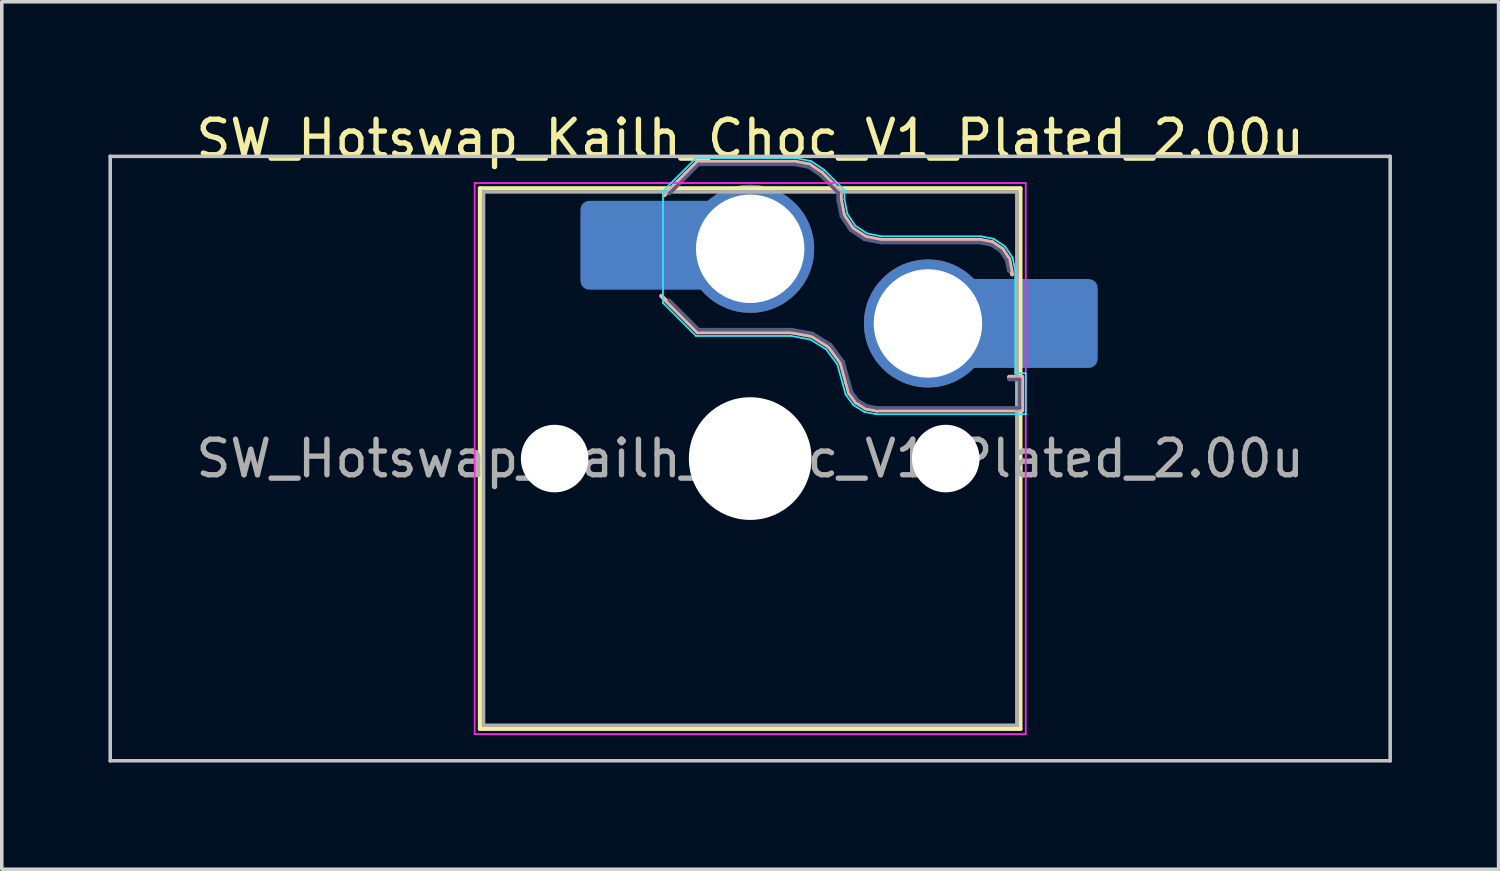
<source format=kicad_pcb>
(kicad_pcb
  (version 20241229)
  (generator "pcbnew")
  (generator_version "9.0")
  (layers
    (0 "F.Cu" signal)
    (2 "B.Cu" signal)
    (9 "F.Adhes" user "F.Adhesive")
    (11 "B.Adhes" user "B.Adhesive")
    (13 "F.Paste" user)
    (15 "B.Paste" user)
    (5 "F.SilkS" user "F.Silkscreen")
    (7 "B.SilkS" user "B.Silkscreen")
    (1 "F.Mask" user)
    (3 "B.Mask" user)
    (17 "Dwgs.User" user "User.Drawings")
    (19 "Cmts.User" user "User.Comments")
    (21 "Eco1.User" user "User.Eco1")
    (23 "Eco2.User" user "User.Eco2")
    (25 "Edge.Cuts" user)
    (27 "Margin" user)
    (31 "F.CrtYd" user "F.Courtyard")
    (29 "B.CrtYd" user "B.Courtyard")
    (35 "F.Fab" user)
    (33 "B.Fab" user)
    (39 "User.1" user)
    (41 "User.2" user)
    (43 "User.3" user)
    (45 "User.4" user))
  (footprint "SW_Hotswap_Kailh_Choc_V1_Plated_2.00u"
    (layer "F.Cu")
    (at 18.05 9.848)
    (property "Reference" "SW_Hotswap_Kailh_Choc_V1_Plated_2.00u" (at 0 -9 0) (layer "F.SilkS") (effects (font (size 1 1) (thickness 0.15))))
    (attr smd)
    (fp_line (start -7.6 -7.6) (end -7.6 7.6) (stroke (width 0.12) (type solid)) (layer "F.SilkS"))
    (fp_line (start -7.6 7.6) (end 7.6 7.6) (stroke (width 0.12) (type solid)) (layer "F.SilkS"))
    (fp_line (start 7.6 -7.6) (end -7.6 -7.6) (stroke (width 0.12) (type solid)) (layer "F.SilkS"))
    (fp_line (start 7.6 7.6) (end 7.6 -7.6) (stroke (width 0.12) (type solid)) (layer "F.SilkS"))
    (fp_line (start -2.416 -7.409) (end -1.479 -8.346) (stroke (width 0.12) (type solid)) (layer "B.SilkS"))
    (fp_line (start -1.479 -8.346) (end 1.268 -8.346) (stroke (width 0.12) (type solid)) (layer "B.SilkS"))
    (fp_line (start -1.479 -3.554) (end -2.5 -4.575) (stroke (width 0.12) (type solid)) (layer "B.SilkS"))
    (fp_line (start 1.168 -3.554) (end -1.479 -3.554) (stroke (width 0.12) (type solid)) (layer "B.SilkS"))
    (fp_line (start 1.268 -8.346) (end 1.671 -8.266) (stroke (width 0.12) (type solid)) (layer "B.SilkS"))
    (fp_line (start 1.671 -8.266) (end 2.013 -8.037) (stroke (width 0.12) (type solid)) (layer "B.SilkS"))
    (fp_line (start 1.73 -3.449) (end 1.168 -3.554) (stroke (width 0.12) (type solid)) (layer "B.SilkS"))
    (fp_line (start 2.013 -8.037) (end 2.546 -7.504) (stroke (width 0.12) (type solid)) (layer "B.SilkS"))
    (fp_line (start 2.209 -3.15) (end 1.73 -3.449) (stroke (width 0.12) (type solid)) (layer "B.SilkS"))
    (fp_line (start 2.546 -7.504) (end 2.546 -7.282) (stroke (width 0.12) (type solid)) (layer "B.SilkS"))
    (fp_line (start 2.546 -7.282) (end 2.633 -6.844) (stroke (width 0.12) (type solid)) (layer "B.SilkS"))
    (fp_line (start 2.547 -2.697) (end 2.209 -3.15) (stroke (width 0.12) (type solid)) (layer "B.SilkS"))
    (fp_line (start 2.633 -6.844) (end 2.877 -6.477) (stroke (width 0.12) (type solid)) (layer "B.SilkS"))
    (fp_line (start 2.701 -2.139) (end 2.547 -2.697) (stroke (width 0.12) (type solid)) (layer "B.SilkS"))
    (fp_line (start 2.783 -1.841) (end 2.701 -2.139) (stroke (width 0.12) (type solid)) (layer "B.SilkS"))
    (fp_line (start 2.877 -6.477) (end 3.244 -6.233) (stroke (width 0.12) (type solid)) (layer "B.SilkS"))
    (fp_line (start 2.976 -1.583) (end 2.783 -1.841) (stroke (width 0.12) (type solid)) (layer "B.SilkS"))
    (fp_line (start 3.244 -6.233) (end 3.682 -6.146) (stroke (width 0.12) (type solid)) (layer "B.SilkS"))
    (fp_line (start 3.25 -1.413) (end 2.976 -1.583) (stroke (width 0.12) (type solid)) (layer "B.SilkS"))
    (fp_line (start 3.56 -1.354) (end 3.25 -1.413) (stroke (width 0.12) (type solid)) (layer "B.SilkS"))
    (fp_line (start 3.682 -6.146) (end 6.482 -6.146) (stroke (width 0.12) (type solid)) (layer "B.SilkS"))
    (fp_line (start 6.482 -6.146) (end 6.809 -6.081) (stroke (width 0.12) (type solid)) (layer "B.SilkS"))
    (fp_line (start 6.809 -6.081) (end 7.092 -5.892) (stroke (width 0.12) (type solid)) (layer "B.SilkS"))
    (fp_line (start 7.092 -5.892) (end 7.281 -5.609) (stroke (width 0.12) (type solid)) (layer "B.SilkS"))
    (fp_line (start 7.281 -5.609) (end 7.366 -5.182) (stroke (width 0.12) (type solid)) (layer "B.SilkS"))
    (fp_line (start 7.283 -2.296) (end 7.646 -2.296) (stroke (width 0.12) (type solid)) (layer "B.SilkS"))
    (fp_line (start 7.646 -2.296) (end 7.646 -1.354) (stroke (width 0.12) (type solid)) (layer "B.SilkS"))
    (fp_line (start 7.646 -1.354) (end 3.56 -1.354) (stroke (width 0.12) (type solid)) (layer "B.SilkS"))
    (fp_line (start -18 -8.5) (end -18 8.5) (stroke (width 0.1) (type solid)) (layer "Dwgs.User"))
    (fp_line (start -18 8.5) (end 18 8.5) (stroke (width 0.1) (type solid)) (layer "Dwgs.User"))
    (fp_line (start 18 -8.5) (end -18 -8.5) (stroke (width 0.1) (type solid)) (layer "Dwgs.User"))
    (fp_line (start 18 8.5) (end 18 -8.5) (stroke (width 0.1) (type solid)) (layer "Dwgs.User"))
    (fp_line (start -7.25 -7.25) (end -7.25 7.25) (stroke (width 0.1) (type solid)) (layer "Eco1.User"))
    (fp_line (start -7.25 7.25) (end 7.25 7.25) (stroke (width 0.1) (type solid)) (layer "Eco1.User"))
    (fp_line (start 7.25 -7.25) (end -7.25 -7.25) (stroke (width 0.1) (type solid)) (layer "Eco1.User"))
    (fp_line (start 7.25 7.25) (end 7.25 -7.25) (stroke (width 0.1) (type solid)) (layer "Eco1.User"))
    (fp_line (start -2.452 -7.523) (end -1.523 -8.452) (stroke (width 0.05) (type solid)) (layer "B.CrtYd"))
    (fp_line (start -2.452 -4.377) (end -2.452 -7.523) (stroke (width 0.05) (type solid)) (layer "B.CrtYd"))
    (fp_line (start -1.523 -8.452) (end 1.278 -8.452) (stroke (width 0.05) (type solid)) (layer "B.CrtYd"))
    (fp_line (start -1.523 -3.448) (end -2.452 -4.377) (stroke (width 0.05) (type solid)) (layer "B.CrtYd"))
    (fp_line (start 1.159 -3.448) (end -1.523 -3.448) (stroke (width 0.05) (type solid)) (layer "B.CrtYd"))
    (fp_line (start 1.278 -8.452) (end 1.712 -8.366) (stroke (width 0.05) (type solid)) (layer "B.CrtYd"))
    (fp_line (start 1.691 -3.348) (end 1.159 -3.448) (stroke (width 0.05) (type solid)) (layer "B.CrtYd"))
    (fp_line (start 1.712 -8.366) (end 2.081 -8.119) (stroke (width 0.05) (type solid)) (layer "B.CrtYd"))
    (fp_line (start 2.081 -8.119) (end 2.652 -7.548) (stroke (width 0.05) (type solid)) (layer "B.CrtYd"))
    (fp_line (start 2.136 -3.071) (end 1.691 -3.348) (stroke (width 0.05) (type solid)) (layer "B.CrtYd"))
    (fp_line (start 2.45 -2.65) (end 2.136 -3.071) (stroke (width 0.05) (type solid)) (layer "B.CrtYd"))
    (fp_line (start 2.599 -2.111) (end 2.45 -2.65) (stroke (width 0.05) (type solid)) (layer "B.CrtYd"))
    (fp_line (start 2.652 -7.548) (end 2.652 -7.292) (stroke (width 0.05) (type solid)) (layer "B.CrtYd"))
    (fp_line (start 2.652 -7.292) (end 2.733 -6.885) (stroke (width 0.05) (type solid)) (layer "B.CrtYd"))
    (fp_line (start 2.687 -1.794) (end 2.599 -2.111) (stroke (width 0.05) (type solid)) (layer "B.CrtYd"))
    (fp_line (start 2.733 -6.885) (end 2.953 -6.553) (stroke (width 0.05) (type solid)) (layer "B.CrtYd"))
    (fp_line (start 2.903 -1.503) (end 2.687 -1.794) (stroke (width 0.05) (type solid)) (layer "B.CrtYd"))
    (fp_line (start 2.953 -6.553) (end 3.285 -6.333) (stroke (width 0.05) (type solid)) (layer "B.CrtYd"))
    (fp_line (start 3.211 -1.312) (end 2.903 -1.503) (stroke (width 0.05) (type solid)) (layer "B.CrtYd"))
    (fp_line (start 3.285 -6.333) (end 3.692 -6.252) (stroke (width 0.05) (type solid)) (layer "B.CrtYd"))
    (fp_line (start 3.55 -1.248) (end 3.211 -1.312) (stroke (width 0.05) (type solid)) (layer "B.CrtYd"))
    (fp_line (start 3.692 -6.252) (end 6.492 -6.252) (stroke (width 0.05) (type solid)) (layer "B.CrtYd"))
    (fp_line (start 6.492 -6.252) (end 6.85 -6.181) (stroke (width 0.05) (type solid)) (layer "B.CrtYd"))
    (fp_line (start 6.85 -6.181) (end 7.168 -5.968) (stroke (width 0.05) (type solid)) (layer "B.CrtYd"))
    (fp_line (start 7.168 -5.968) (end 7.381 -5.65) (stroke (width 0.05) (type solid)) (layer "B.CrtYd"))
    (fp_line (start 7.381 -5.65) (end 7.452 -5.292) (stroke (width 0.05) (type solid)) (layer "B.CrtYd"))
    (fp_line (start 7.452 -5.292) (end 7.452 -2.402) (stroke (width 0.05) (type solid)) (layer "B.CrtYd"))
    (fp_line (start 7.452 -2.402) (end 7.752 -2.402) (stroke (width 0.05) (type solid)) (layer "B.CrtYd"))
    (fp_line (start 7.752 -2.402) (end 7.752 -1.248) (stroke (width 0.05) (type solid)) (layer "B.CrtYd"))
    (fp_line (start 7.752 -1.248) (end 3.55 -1.248) (stroke (width 0.05) (type solid)) (layer "B.CrtYd"))
    (fp_line (start -7.75 -7.75) (end -7.75 7.75) (stroke (width 0.05) (type solid)) (layer "F.CrtYd"))
    (fp_line (start -7.75 7.75) (end 7.75 7.75) (stroke (width 0.05) (type solid)) (layer "F.CrtYd"))
    (fp_line (start 7.75 -7.75) (end -7.75 -7.75) (stroke (width 0.05) (type solid)) (layer "F.CrtYd"))
    (fp_line (start 7.75 7.75) (end 7.75 -7.75) (stroke (width 0.05) (type solid)) (layer "F.CrtYd"))
    (fp_line (start -2.275 -7.45) (end -1.45 -8.275) (stroke (width 0.1) (type solid)) (layer "B.Fab"))
    (fp_line (start -1.45 -8.275) (end 1.261 -8.275) (stroke (width 0.1) (type solid)) (layer "B.Fab"))
    (fp_line (start -1.45 -3.625) (end -2.275 -4.45) (stroke (width 0.1) (type solid)) (layer "B.Fab"))
    (fp_line (start 1.175 -3.625) (end -1.45 -3.625) (stroke (width 0.1) (type solid)) (layer "B.Fab"))
    (fp_line (start 1.261 -8.275) (end 1.643 -8.199) (stroke (width 0.1) (type solid)) (layer "B.Fab"))
    (fp_line (start 1.643 -8.199) (end 1.968 -7.982) (stroke (width 0.1) (type solid)) (layer "B.Fab"))
    (fp_line (start 1.756 -3.516) (end 1.175 -3.625) (stroke (width 0.1) (type solid)) (layer "B.Fab"))
    (fp_line (start 1.968 -7.982) (end 2.475 -7.475) (stroke (width 0.1) (type solid)) (layer "B.Fab"))
    (fp_line (start 2.258 -3.203) (end 1.756 -3.516) (stroke (width 0.1) (type solid)) (layer "B.Fab"))
    (fp_line (start 2.475 -7.475) (end 2.475 -7.275) (stroke (width 0.1) (type solid)) (layer "B.Fab"))
    (fp_line (start 2.475 -7.275) (end 2.566 -6.816) (stroke (width 0.1) (type solid)) (layer "B.Fab"))
    (fp_line (start 2.566 -6.816) (end 2.826 -6.426) (stroke (width 0.1) (type solid)) (layer "B.Fab"))
    (fp_line (start 2.612 -2.729) (end 2.258 -3.203) (stroke (width 0.1) (type solid)) (layer "B.Fab"))
    (fp_line (start 2.769 -2.158) (end 2.612 -2.729) (stroke (width 0.1) (type solid)) (layer "B.Fab"))
    (fp_line (start 2.826 -6.426) (end 3.216 -6.166) (stroke (width 0.1) (type solid)) (layer "B.Fab"))
    (fp_line (start 2.848 -1.873) (end 2.769 -2.158) (stroke (width 0.1) (type solid)) (layer "B.Fab"))
    (fp_line (start 3.025 -1.636) (end 2.848 -1.873) (stroke (width 0.1) (type solid)) (layer "B.Fab"))
    (fp_line (start 3.216 -6.166) (end 3.675 -6.075) (stroke (width 0.1) (type solid)) (layer "B.Fab"))
    (fp_line (start 3.276 -1.48) (end 3.025 -1.636) (stroke (width 0.1) (type solid)) (layer "B.Fab"))
    (fp_line (start 3.567 -1.425) (end 3.276 -1.48) (stroke (width 0.1) (type solid)) (layer "B.Fab"))
    (fp_line (start 3.675 -6.075) (end 6.475 -6.075) (stroke (width 0.1) (type solid)) (layer "B.Fab"))
    (fp_line (start 6.475 -6.075) (end 6.781 -6.014) (stroke (width 0.1) (type solid)) (layer "B.Fab"))
    (fp_line (start 6.781 -6.014) (end 7.041 -5.841) (stroke (width 0.1) (type solid)) (layer "B.Fab"))
    (fp_line (start 7.041 -5.841) (end 7.214 -5.581) (stroke (width 0.1) (type solid)) (layer "B.Fab"))
    (fp_line (start 7.214 -5.581) (end 7.275 -5.275) (stroke (width 0.1) (type solid)) (layer "B.Fab"))
    (fp_line (start 7.275 -2.225) (end 7.575 -2.225) (stroke (width 0.1) (type solid)) (layer "B.Fab"))
    (fp_line (start 7.575 -2.225) (end 7.575 -1.425) (stroke (width 0.1) (type solid)) (layer "B.Fab"))
    (fp_line (start 7.575 -1.425) (end 3.567 -1.425) (stroke (width 0.1) (type solid)) (layer "B.Fab"))
    (fp_line (start -7.5 -7.5) (end -7.5 7.5) (stroke (width 0.1) (type solid)) (layer "F.Fab"))
    (fp_line (start -7.5 7.5) (end 7.5 7.5) (stroke (width 0.1) (type solid)) (layer "F.Fab"))
    (fp_line (start 7.5 -7.5) (end -7.5 -7.5) (stroke (width 0.1) (type solid)) (layer "F.Fab"))
    (fp_line (start 7.5 7.5) (end 7.5 -7.5) (stroke (width 0.1) (type solid)) (layer "F.Fab"))
    (fp_text user "${REFERENCE}" (at 0 0 0) (layer "F.Fab") (effects (font (size 1 1) (thickness 0.15))))
    (pad "" np_thru_hole circle (at -5.5 0) (size 1.9 1.9) (drill 1.9) (layers "*.Cu" "*.Mask"))
    (pad "" smd roundrect (at -3.5 -6) (size 2.55 2.5) (layers "B.Mask" "B.Paste") (roundrect_rratio 0.1))
    (pad "" smd circle (at 0 -5.9) (size 3.1 3.1) (layers "F.Mask"))
    (pad "" np_thru_hole circle (at 0 0) (size 3.45 3.45) (drill 3.45) (layers "*.Cu" "*.Mask"))
    (pad "" smd circle (at 5 -3.8) (size 3.1 3.1) (layers "F.Mask"))
    (pad "" np_thru_hole circle (at 5.5 0) (size 1.9 1.9) (drill 1.9) (layers "*.Cu" "*.Mask"))
    (pad "" smd roundrect (at 8.5 -3.8) (size 2.55 2.5) (layers "B.Mask" "B.Paste") (roundrect_rratio 0.1))
    (pad "1" smd roundrect (at -2.85 -6) (size 3.85 2.5) (layers "B.Cu") (roundrect_rratio 0.1))
    (pad "1" thru_hole circle (at 0 -5.9) (size 3.6 3.6) (drill 3.05) (layers "*.Cu" "B.Mask"))
    (pad "2" thru_hole circle (at 5 -3.8) (size 3.6 3.6) (drill 3.05) (layers "*.Cu" "B.Mask"))
    (pad "2" smd roundrect (at 7.85 -3.8) (size 3.85 2.5) (layers "B.Cu") (roundrect_rratio 0.1)))
  (gr_rect
    (start -3 -3)
    (end 39.1 21.398)
    (stroke (width 0.1) (type default))
    (fill no)
    (layer "Edge.Cuts")))
</source>
